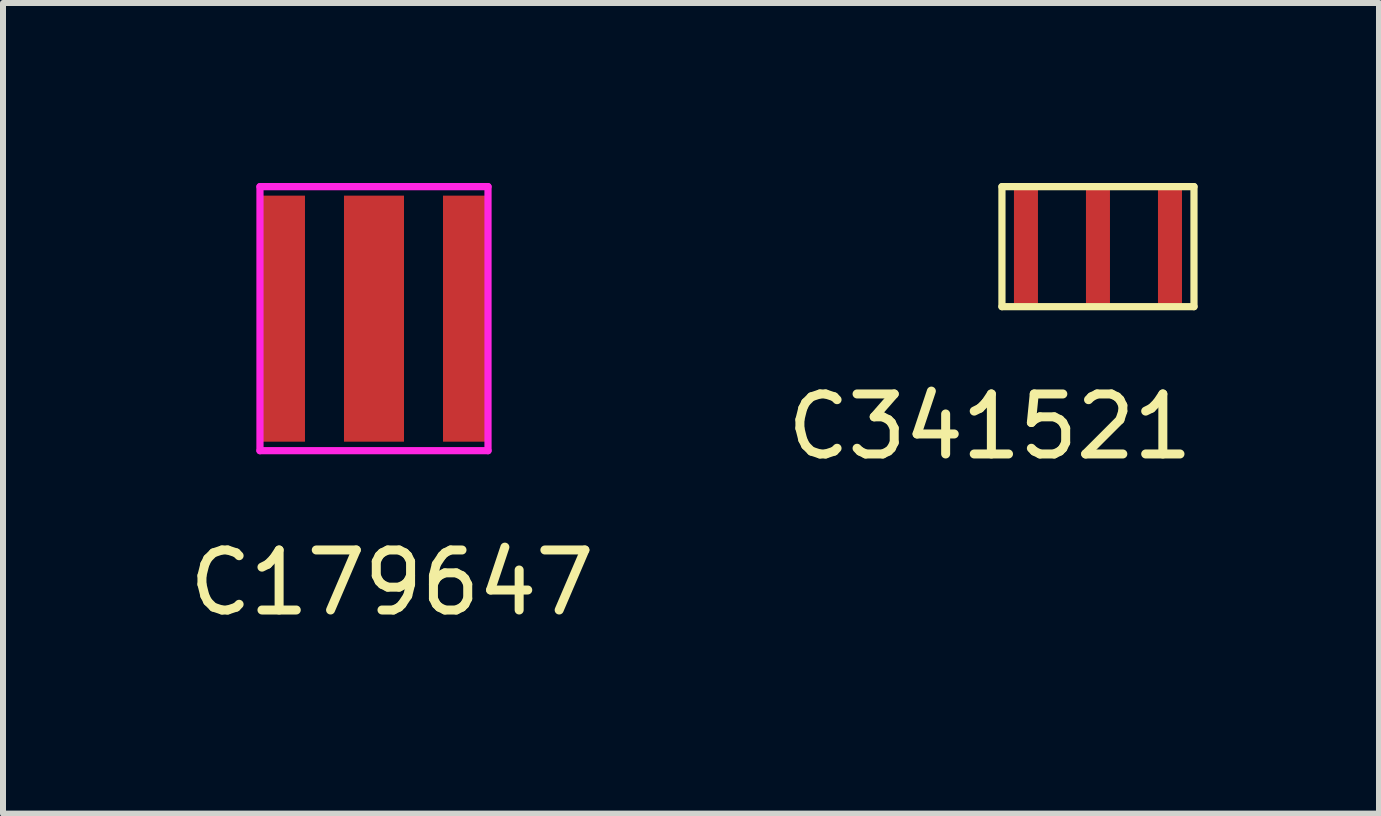
<source format=kicad_pcb>
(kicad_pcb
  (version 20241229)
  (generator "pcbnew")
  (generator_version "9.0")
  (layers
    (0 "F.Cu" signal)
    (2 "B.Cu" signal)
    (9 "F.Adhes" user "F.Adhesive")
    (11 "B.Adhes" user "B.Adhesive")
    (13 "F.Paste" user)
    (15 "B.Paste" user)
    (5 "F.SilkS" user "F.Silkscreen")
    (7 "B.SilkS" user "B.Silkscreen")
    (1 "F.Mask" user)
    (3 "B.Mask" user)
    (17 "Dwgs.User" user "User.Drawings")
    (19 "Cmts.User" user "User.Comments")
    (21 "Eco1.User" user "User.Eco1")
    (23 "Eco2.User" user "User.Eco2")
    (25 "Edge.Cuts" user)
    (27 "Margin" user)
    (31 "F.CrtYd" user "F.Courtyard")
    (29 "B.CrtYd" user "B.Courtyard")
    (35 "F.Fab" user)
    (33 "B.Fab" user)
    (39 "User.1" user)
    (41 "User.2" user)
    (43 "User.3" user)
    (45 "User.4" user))
  (footprint "C341521"
    (layer "F.Cu")
    (at 14.046 1.06)
    (property "Reference" "C341521" (at -0.6 3 0) (layer "F.SilkS") (effects (font (size 1 1) (thickness 0.15))))
    (attr through_hole)
    (fp_line (start -0.4 -1) (end 2.8 -1) (stroke (width 0.12) (type solid)) (layer "F.SilkS"))
    (fp_line (start -0.4 1) (end -0.4 -1) (stroke (width 0.12) (type solid)) (layer "F.SilkS"))
    (fp_line (start 2.8 -1) (end 2.8 1) (stroke (width 0.12) (type solid)) (layer "F.SilkS"))
    (fp_line (start 2.8 1) (end -0.4 1) (stroke (width 0.12) (type solid)) (layer "F.SilkS"))
    (pad "1" smd rect (at 0 0) (size 0.4 1.9) (layers "F.Cu" "F.Mask" "F.Paste"))
    (pad "2" smd rect (at 1.2 0) (size 0.4 1.9) (layers "F.Cu" "F.Mask" "F.Paste"))
    (pad "3" smd rect (at 2.4 0) (size 0.4 1.9) (layers "F.Cu" "F.Mask" "F.Paste")))
  (footprint "C179647"
    (layer "F.Cu")
    (at 1.682 2.26)
    (property "Reference" "C179647" (at 1.8 4.4 0) (layer "F.SilkS") (effects (font (size 1 1) (thickness 0.15))))
    (attr smd)
    (fp_line (start -0.4 -2.2) (end 3.4 -2.2) (stroke (width 0.12) (type solid)) (layer "F.CrtYd"))
    (fp_line (start -0.4 2.2) (end -0.4 -2.2) (stroke (width 0.12) (type solid)) (layer "F.CrtYd"))
    (fp_line (start 3.4 -2.2) (end 3.4 2.2) (stroke (width 0.12) (type solid)) (layer "F.CrtYd"))
    (fp_line (start 3.4 2.2) (end -0.4 2.2) (stroke (width 0.12) (type solid)) (layer "F.CrtYd"))
    (pad "1" smd rect (at 0 0) (size 0.7 4.1) (layers "F.Cu" "F.Mask" "F.Paste"))
    (pad "2" smd rect (at 1.5 0) (size 1 4.1) (layers "F.Cu" "F.Mask" "F.Paste"))
    (pad "3" smd rect (at 3 0) (size 0.7 4.1) (layers "F.Cu" "F.Mask" "F.Paste")))
  (gr_rect
    (start -3 -3)
    (end 19.929 10.508)
    (stroke (width 0.1) (type default))
    (fill no)
    (layer "Edge.Cuts")))
</source>
